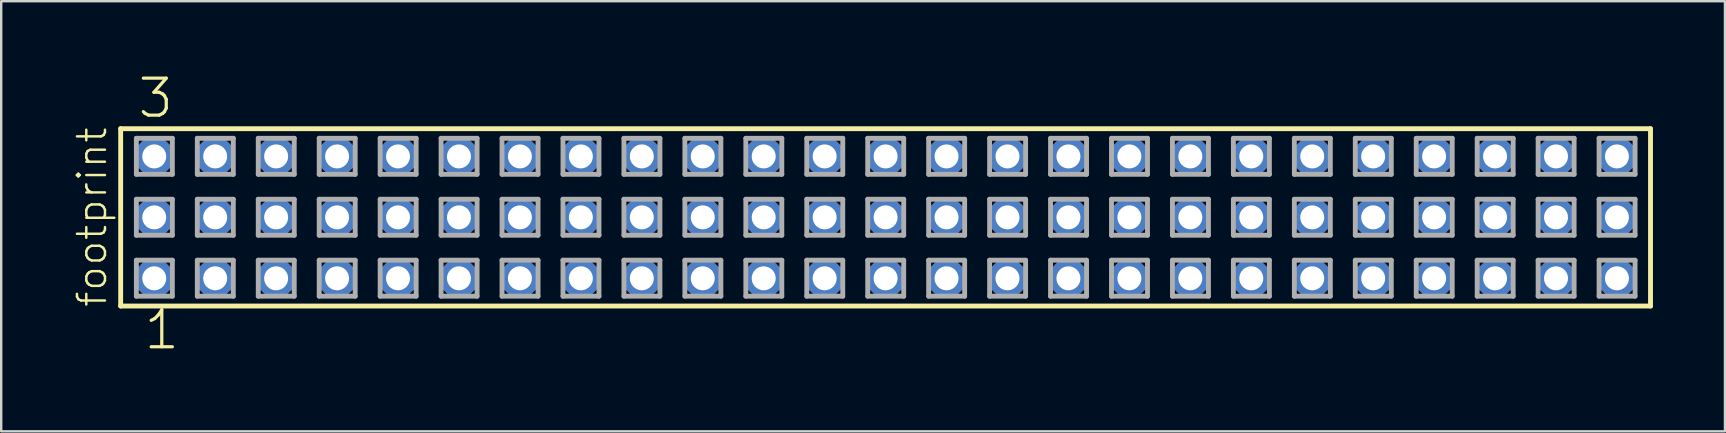
<source format=kicad_pcb>
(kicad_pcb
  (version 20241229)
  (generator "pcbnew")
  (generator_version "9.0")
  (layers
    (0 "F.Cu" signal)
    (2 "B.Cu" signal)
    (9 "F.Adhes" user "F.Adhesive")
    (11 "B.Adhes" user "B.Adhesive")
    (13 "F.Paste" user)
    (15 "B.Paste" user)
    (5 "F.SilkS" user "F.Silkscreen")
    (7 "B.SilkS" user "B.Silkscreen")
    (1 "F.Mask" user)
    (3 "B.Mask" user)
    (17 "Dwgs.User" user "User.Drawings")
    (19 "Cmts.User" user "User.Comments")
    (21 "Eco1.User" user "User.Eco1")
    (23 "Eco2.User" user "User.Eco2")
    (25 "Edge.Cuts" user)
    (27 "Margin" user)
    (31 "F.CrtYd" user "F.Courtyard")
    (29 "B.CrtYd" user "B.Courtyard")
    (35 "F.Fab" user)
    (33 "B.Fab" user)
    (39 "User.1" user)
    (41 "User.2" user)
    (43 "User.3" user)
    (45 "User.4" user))
  (footprint "footprint"
    (layer "F.Cu")
    (at 33.858 6.009)
    (property "Reference" "footprint" (at -32.385 3.81 90) (layer "F.SilkS") (effects (font (size 1.168 1.168) (thickness 0.102)) (justify left bottom)))
    (fp_line (start -31.879 -3.695) (end 31.879 -3.695) (stroke (width 0.203) (type solid)) (layer "F.SilkS"))
    (fp_line (start -31.879 3.695) (end -31.879 -3.695) (stroke (width 0.203) (type solid)) (layer "F.SilkS"))
    (fp_line (start 31.879 -3.695) (end 31.879 3.695) (stroke (width 0.203) (type solid)) (layer "F.SilkS"))
    (fp_line (start 31.879 3.695) (end -31.879 3.695) (stroke (width 0.203) (type solid)) (layer "F.SilkS"))
    (fp_line (start -31.225 -3.295) (end -29.725 -3.295) (stroke (width 0.203) (type solid)) (layer "F.Fab"))
    (fp_line (start -31.225 -1.795) (end -31.225 -3.295) (stroke (width 0.203) (type solid)) (layer "F.Fab"))
    (fp_line (start -31.225 -0.755) (end -29.725 -0.755) (stroke (width 0.203) (type solid)) (layer "F.Fab"))
    (fp_line (start -31.225 0.745) (end -31.225 -0.755) (stroke (width 0.203) (type solid)) (layer "F.Fab"))
    (fp_line (start -31.225 1.785) (end -29.725 1.785) (stroke (width 0.203) (type solid)) (layer "F.Fab"))
    (fp_line (start -31.225 3.285) (end -31.225 1.785) (stroke (width 0.203) (type solid)) (layer "F.Fab"))
    (fp_line (start -29.725 -3.295) (end -29.725 -1.795) (stroke (width 0.203) (type solid)) (layer "F.Fab"))
    (fp_line (start -29.725 -1.795) (end -31.225 -1.795) (stroke (width 0.203) (type solid)) (layer "F.Fab"))
    (fp_line (start -29.725 -0.755) (end -29.725 0.745) (stroke (width 0.203) (type solid)) (layer "F.Fab"))
    (fp_line (start -29.725 0.745) (end -31.225 0.745) (stroke (width 0.203) (type solid)) (layer "F.Fab"))
    (fp_line (start -29.725 1.785) (end -29.725 3.285) (stroke (width 0.203) (type solid)) (layer "F.Fab"))
    (fp_line (start -29.725 3.285) (end -31.225 3.285) (stroke (width 0.203) (type solid)) (layer "F.Fab"))
    (fp_line (start -28.685 -3.295) (end -27.185 -3.295) (stroke (width 0.203) (type solid)) (layer "F.Fab"))
    (fp_line (start -28.685 -1.795) (end -28.685 -3.295) (stroke (width 0.203) (type solid)) (layer "F.Fab"))
    (fp_line (start -28.685 -0.755) (end -27.185 -0.755) (stroke (width 0.203) (type solid)) (layer "F.Fab"))
    (fp_line (start -28.685 0.745) (end -28.685 -0.755) (stroke (width 0.203) (type solid)) (layer "F.Fab"))
    (fp_line (start -28.685 1.785) (end -27.185 1.785) (stroke (width 0.203) (type solid)) (layer "F.Fab"))
    (fp_line (start -28.685 3.285) (end -28.685 1.785) (stroke (width 0.203) (type solid)) (layer "F.Fab"))
    (fp_line (start -27.185 -3.295) (end -27.185 -1.795) (stroke (width 0.203) (type solid)) (layer "F.Fab"))
    (fp_line (start -27.185 -1.795) (end -28.685 -1.795) (stroke (width 0.203) (type solid)) (layer "F.Fab"))
    (fp_line (start -27.185 -0.755) (end -27.185 0.745) (stroke (width 0.203) (type solid)) (layer "F.Fab"))
    (fp_line (start -27.185 0.745) (end -28.685 0.745) (stroke (width 0.203) (type solid)) (layer "F.Fab"))
    (fp_line (start -27.185 1.785) (end -27.185 3.285) (stroke (width 0.203) (type solid)) (layer "F.Fab"))
    (fp_line (start -27.185 3.285) (end -28.685 3.285) (stroke (width 0.203) (type solid)) (layer "F.Fab"))
    (fp_line (start -26.145 -3.295) (end -24.645 -3.295) (stroke (width 0.203) (type solid)) (layer "F.Fab"))
    (fp_line (start -26.145 -1.795) (end -26.145 -3.295) (stroke (width 0.203) (type solid)) (layer "F.Fab"))
    (fp_line (start -26.145 -0.755) (end -24.645 -0.755) (stroke (width 0.203) (type solid)) (layer "F.Fab"))
    (fp_line (start -26.145 0.745) (end -26.145 -0.755) (stroke (width 0.203) (type solid)) (layer "F.Fab"))
    (fp_line (start -26.145 1.785) (end -24.645 1.785) (stroke (width 0.203) (type solid)) (layer "F.Fab"))
    (fp_line (start -26.145 3.285) (end -26.145 1.785) (stroke (width 0.203) (type solid)) (layer "F.Fab"))
    (fp_line (start -24.645 -3.295) (end -24.645 -1.795) (stroke (width 0.203) (type solid)) (layer "F.Fab"))
    (fp_line (start -24.645 -1.795) (end -26.145 -1.795) (stroke (width 0.203) (type solid)) (layer "F.Fab"))
    (fp_line (start -24.645 -0.755) (end -24.645 0.745) (stroke (width 0.203) (type solid)) (layer "F.Fab"))
    (fp_line (start -24.645 0.745) (end -26.145 0.745) (stroke (width 0.203) (type solid)) (layer "F.Fab"))
    (fp_line (start -24.645 1.785) (end -24.645 3.285) (stroke (width 0.203) (type solid)) (layer "F.Fab"))
    (fp_line (start -24.645 3.285) (end -26.145 3.285) (stroke (width 0.203) (type solid)) (layer "F.Fab"))
    (fp_line (start -23.605 -3.295) (end -22.105 -3.295) (stroke (width 0.203) (type solid)) (layer "F.Fab"))
    (fp_line (start -23.605 -1.795) (end -23.605 -3.295) (stroke (width 0.203) (type solid)) (layer "F.Fab"))
    (fp_line (start -23.605 -0.755) (end -22.105 -0.755) (stroke (width 0.203) (type solid)) (layer "F.Fab"))
    (fp_line (start -23.605 0.745) (end -23.605 -0.755) (stroke (width 0.203) (type solid)) (layer "F.Fab"))
    (fp_line (start -23.605 1.785) (end -22.105 1.785) (stroke (width 0.203) (type solid)) (layer "F.Fab"))
    (fp_line (start -23.605 3.285) (end -23.605 1.785) (stroke (width 0.203) (type solid)) (layer "F.Fab"))
    (fp_line (start -22.105 -3.295) (end -22.105 -1.795) (stroke (width 0.203) (type solid)) (layer "F.Fab"))
    (fp_line (start -22.105 -1.795) (end -23.605 -1.795) (stroke (width 0.203) (type solid)) (layer "F.Fab"))
    (fp_line (start -22.105 -0.755) (end -22.105 0.745) (stroke (width 0.203) (type solid)) (layer "F.Fab"))
    (fp_line (start -22.105 0.745) (end -23.605 0.745) (stroke (width 0.203) (type solid)) (layer "F.Fab"))
    (fp_line (start -22.105 1.785) (end -22.105 3.285) (stroke (width 0.203) (type solid)) (layer "F.Fab"))
    (fp_line (start -22.105 3.285) (end -23.605 3.285) (stroke (width 0.203) (type solid)) (layer "F.Fab"))
    (fp_line (start -21.065 -3.295) (end -19.565 -3.295) (stroke (width 0.203) (type solid)) (layer "F.Fab"))
    (fp_line (start -21.065 -1.795) (end -21.065 -3.295) (stroke (width 0.203) (type solid)) (layer "F.Fab"))
    (fp_line (start -21.065 -0.755) (end -19.565 -0.755) (stroke (width 0.203) (type solid)) (layer "F.Fab"))
    (fp_line (start -21.065 0.745) (end -21.065 -0.755) (stroke (width 0.203) (type solid)) (layer "F.Fab"))
    (fp_line (start -21.065 1.785) (end -19.565 1.785) (stroke (width 0.203) (type solid)) (layer "F.Fab"))
    (fp_line (start -21.065 3.285) (end -21.065 1.785) (stroke (width 0.203) (type solid)) (layer "F.Fab"))
    (fp_line (start -19.565 -3.295) (end -19.565 -1.795) (stroke (width 0.203) (type solid)) (layer "F.Fab"))
    (fp_line (start -19.565 -1.795) (end -21.065 -1.795) (stroke (width 0.203) (type solid)) (layer "F.Fab"))
    (fp_line (start -19.565 -0.755) (end -19.565 0.745) (stroke (width 0.203) (type solid)) (layer "F.Fab"))
    (fp_line (start -19.565 0.745) (end -21.065 0.745) (stroke (width 0.203) (type solid)) (layer "F.Fab"))
    (fp_line (start -19.565 1.785) (end -19.565 3.285) (stroke (width 0.203) (type solid)) (layer "F.Fab"))
    (fp_line (start -19.565 3.285) (end -21.065 3.285) (stroke (width 0.203) (type solid)) (layer "F.Fab"))
    (fp_line (start -18.525 -3.295) (end -17.025 -3.295) (stroke (width 0.203) (type solid)) (layer "F.Fab"))
    (fp_line (start -18.525 -1.795) (end -18.525 -3.295) (stroke (width 0.203) (type solid)) (layer "F.Fab"))
    (fp_line (start -18.525 -0.755) (end -17.025 -0.755) (stroke (width 0.203) (type solid)) (layer "F.Fab"))
    (fp_line (start -18.525 0.745) (end -18.525 -0.755) (stroke (width 0.203) (type solid)) (layer "F.Fab"))
    (fp_line (start -18.525 1.785) (end -17.025 1.785) (stroke (width 0.203) (type solid)) (layer "F.Fab"))
    (fp_line (start -18.525 3.285) (end -18.525 1.785) (stroke (width 0.203) (type solid)) (layer "F.Fab"))
    (fp_line (start -17.025 -3.295) (end -17.025 -1.795) (stroke (width 0.203) (type solid)) (layer "F.Fab"))
    (fp_line (start -17.025 -1.795) (end -18.525 -1.795) (stroke (width 0.203) (type solid)) (layer "F.Fab"))
    (fp_line (start -17.025 -0.755) (end -17.025 0.745) (stroke (width 0.203) (type solid)) (layer "F.Fab"))
    (fp_line (start -17.025 0.745) (end -18.525 0.745) (stroke (width 0.203) (type solid)) (layer "F.Fab"))
    (fp_line (start -17.025 1.785) (end -17.025 3.285) (stroke (width 0.203) (type solid)) (layer "F.Fab"))
    (fp_line (start -17.025 3.285) (end -18.525 3.285) (stroke (width 0.203) (type solid)) (layer "F.Fab"))
    (fp_line (start -15.985 -3.295) (end -14.485 -3.295) (stroke (width 0.203) (type solid)) (layer "F.Fab"))
    (fp_line (start -15.985 -1.795) (end -15.985 -3.295) (stroke (width 0.203) (type solid)) (layer "F.Fab"))
    (fp_line (start -15.985 -0.755) (end -14.485 -0.755) (stroke (width 0.203) (type solid)) (layer "F.Fab"))
    (fp_line (start -15.985 0.745) (end -15.985 -0.755) (stroke (width 0.203) (type solid)) (layer "F.Fab"))
    (fp_line (start -15.985 1.785) (end -14.485 1.785) (stroke (width 0.203) (type solid)) (layer "F.Fab"))
    (fp_line (start -15.985 3.285) (end -15.985 1.785) (stroke (width 0.203) (type solid)) (layer "F.Fab"))
    (fp_line (start -14.485 -3.295) (end -14.485 -1.795) (stroke (width 0.203) (type solid)) (layer "F.Fab"))
    (fp_line (start -14.485 -1.795) (end -15.985 -1.795) (stroke (width 0.203) (type solid)) (layer "F.Fab"))
    (fp_line (start -14.485 -0.755) (end -14.485 0.745) (stroke (width 0.203) (type solid)) (layer "F.Fab"))
    (fp_line (start -14.485 0.745) (end -15.985 0.745) (stroke (width 0.203) (type solid)) (layer "F.Fab"))
    (fp_line (start -14.485 1.785) (end -14.485 3.285) (stroke (width 0.203) (type solid)) (layer "F.Fab"))
    (fp_line (start -14.485 3.285) (end -15.985 3.285) (stroke (width 0.203) (type solid)) (layer "F.Fab"))
    (fp_line (start -13.445 -3.295) (end -11.945 -3.295) (stroke (width 0.203) (type solid)) (layer "F.Fab"))
    (fp_line (start -13.445 -1.795) (end -13.445 -3.295) (stroke (width 0.203) (type solid)) (layer "F.Fab"))
    (fp_line (start -13.445 -0.755) (end -11.945 -0.755) (stroke (width 0.203) (type solid)) (layer "F.Fab"))
    (fp_line (start -13.445 0.745) (end -13.445 -0.755) (stroke (width 0.203) (type solid)) (layer "F.Fab"))
    (fp_line (start -13.445 1.785) (end -11.945 1.785) (stroke (width 0.203) (type solid)) (layer "F.Fab"))
    (fp_line (start -13.445 3.285) (end -13.445 1.785) (stroke (width 0.203) (type solid)) (layer "F.Fab"))
    (fp_line (start -11.945 -3.295) (end -11.945 -1.795) (stroke (width 0.203) (type solid)) (layer "F.Fab"))
    (fp_line (start -11.945 -1.795) (end -13.445 -1.795) (stroke (width 0.203) (type solid)) (layer "F.Fab"))
    (fp_line (start -11.945 -0.755) (end -11.945 0.745) (stroke (width 0.203) (type solid)) (layer "F.Fab"))
    (fp_line (start -11.945 0.745) (end -13.445 0.745) (stroke (width 0.203) (type solid)) (layer "F.Fab"))
    (fp_line (start -11.945 1.785) (end -11.945 3.285) (stroke (width 0.203) (type solid)) (layer "F.Fab"))
    (fp_line (start -11.945 3.285) (end -13.445 3.285) (stroke (width 0.203) (type solid)) (layer "F.Fab"))
    (fp_line (start -10.905 -3.295) (end -9.405 -3.295) (stroke (width 0.203) (type solid)) (layer "F.Fab"))
    (fp_line (start -10.905 -1.795) (end -10.905 -3.295) (stroke (width 0.203) (type solid)) (layer "F.Fab"))
    (fp_line (start -10.905 -0.755) (end -9.405 -0.755) (stroke (width 0.203) (type solid)) (layer "F.Fab"))
    (fp_line (start -10.905 0.745) (end -10.905 -0.755) (stroke (width 0.203) (type solid)) (layer "F.Fab"))
    (fp_line (start -10.905 1.785) (end -9.405 1.785) (stroke (width 0.203) (type solid)) (layer "F.Fab"))
    (fp_line (start -10.905 3.285) (end -10.905 1.785) (stroke (width 0.203) (type solid)) (layer "F.Fab"))
    (fp_line (start -9.405 -3.295) (end -9.405 -1.795) (stroke (width 0.203) (type solid)) (layer "F.Fab"))
    (fp_line (start -9.405 -1.795) (end -10.905 -1.795) (stroke (width 0.203) (type solid)) (layer "F.Fab"))
    (fp_line (start -9.405 -0.755) (end -9.405 0.745) (stroke (width 0.203) (type solid)) (layer "F.Fab"))
    (fp_line (start -9.405 0.745) (end -10.905 0.745) (stroke (width 0.203) (type solid)) (layer "F.Fab"))
    (fp_line (start -9.405 1.785) (end -9.405 3.285) (stroke (width 0.203) (type solid)) (layer "F.Fab"))
    (fp_line (start -9.405 3.285) (end -10.905 3.285) (stroke (width 0.203) (type solid)) (layer "F.Fab"))
    (fp_line (start -8.365 -3.295) (end -6.865 -3.295) (stroke (width 0.203) (type solid)) (layer "F.Fab"))
    (fp_line (start -8.365 -1.795) (end -8.365 -3.295) (stroke (width 0.203) (type solid)) (layer "F.Fab"))
    (fp_line (start -8.365 -0.755) (end -6.865 -0.755) (stroke (width 0.203) (type solid)) (layer "F.Fab"))
    (fp_line (start -8.365 0.745) (end -8.365 -0.755) (stroke (width 0.203) (type solid)) (layer "F.Fab"))
    (fp_line (start -8.365 1.785) (end -6.865 1.785) (stroke (width 0.203) (type solid)) (layer "F.Fab"))
    (fp_line (start -8.365 3.285) (end -8.365 1.785) (stroke (width 0.203) (type solid)) (layer "F.Fab"))
    (fp_line (start -6.865 -3.295) (end -6.865 -1.795) (stroke (width 0.203) (type solid)) (layer "F.Fab"))
    (fp_line (start -6.865 -1.795) (end -8.365 -1.795) (stroke (width 0.203) (type solid)) (layer "F.Fab"))
    (fp_line (start -6.865 -0.755) (end -6.865 0.745) (stroke (width 0.203) (type solid)) (layer "F.Fab"))
    (fp_line (start -6.865 0.745) (end -8.365 0.745) (stroke (width 0.203) (type solid)) (layer "F.Fab"))
    (fp_line (start -6.865 1.785) (end -6.865 3.285) (stroke (width 0.203) (type solid)) (layer "F.Fab"))
    (fp_line (start -6.865 3.285) (end -8.365 3.285) (stroke (width 0.203) (type solid)) (layer "F.Fab"))
    (fp_line (start -5.825 -3.295) (end -4.325 -3.295) (stroke (width 0.203) (type solid)) (layer "F.Fab"))
    (fp_line (start -5.825 -1.795) (end -5.825 -3.295) (stroke (width 0.203) (type solid)) (layer "F.Fab"))
    (fp_line (start -5.825 -0.755) (end -4.325 -0.755) (stroke (width 0.203) (type solid)) (layer "F.Fab"))
    (fp_line (start -5.825 0.745) (end -5.825 -0.755) (stroke (width 0.203) (type solid)) (layer "F.Fab"))
    (fp_line (start -5.825 1.785) (end -4.325 1.785) (stroke (width 0.203) (type solid)) (layer "F.Fab"))
    (fp_line (start -5.825 3.285) (end -5.825 1.785) (stroke (width 0.203) (type solid)) (layer "F.Fab"))
    (fp_line (start -4.325 -3.295) (end -4.325 -1.795) (stroke (width 0.203) (type solid)) (layer "F.Fab"))
    (fp_line (start -4.325 -1.795) (end -5.825 -1.795) (stroke (width 0.203) (type solid)) (layer "F.Fab"))
    (fp_line (start -4.325 -0.755) (end -4.325 0.745) (stroke (width 0.203) (type solid)) (layer "F.Fab"))
    (fp_line (start -4.325 0.745) (end -5.825 0.745) (stroke (width 0.203) (type solid)) (layer "F.Fab"))
    (fp_line (start -4.325 1.785) (end -4.325 3.285) (stroke (width 0.203) (type solid)) (layer "F.Fab"))
    (fp_line (start -4.325 3.285) (end -5.825 3.285) (stroke (width 0.203) (type solid)) (layer "F.Fab"))
    (fp_line (start -3.285 -3.295) (end -1.785 -3.295) (stroke (width 0.203) (type solid)) (layer "F.Fab"))
    (fp_line (start -3.285 -1.795) (end -3.285 -3.295) (stroke (width 0.203) (type solid)) (layer "F.Fab"))
    (fp_line (start -3.285 -0.755) (end -1.785 -0.755) (stroke (width 0.203) (type solid)) (layer "F.Fab"))
    (fp_line (start -3.285 0.745) (end -3.285 -0.755) (stroke (width 0.203) (type solid)) (layer "F.Fab"))
    (fp_line (start -3.285 1.785) (end -1.785 1.785) (stroke (width 0.203) (type solid)) (layer "F.Fab"))
    (fp_line (start -3.285 3.285) (end -3.285 1.785) (stroke (width 0.203) (type solid)) (layer "F.Fab"))
    (fp_line (start -1.785 -3.295) (end -1.785 -1.795) (stroke (width 0.203) (type solid)) (layer "F.Fab"))
    (fp_line (start -1.785 -1.795) (end -3.285 -1.795) (stroke (width 0.203) (type solid)) (layer "F.Fab"))
    (fp_line (start -1.785 -0.755) (end -1.785 0.745) (stroke (width 0.203) (type solid)) (layer "F.Fab"))
    (fp_line (start -1.785 0.745) (end -3.285 0.745) (stroke (width 0.203) (type solid)) (layer "F.Fab"))
    (fp_line (start -1.785 1.785) (end -1.785 3.285) (stroke (width 0.203) (type solid)) (layer "F.Fab"))
    (fp_line (start -1.785 3.285) (end -3.285 3.285) (stroke (width 0.203) (type solid)) (layer "F.Fab"))
    (fp_line (start -0.745 -3.295) (end 0.755 -3.295) (stroke (width 0.203) (type solid)) (layer "F.Fab"))
    (fp_line (start -0.745 -1.795) (end -0.745 -3.295) (stroke (width 0.203) (type solid)) (layer "F.Fab"))
    (fp_line (start -0.745 -0.755) (end 0.755 -0.755) (stroke (width 0.203) (type solid)) (layer "F.Fab"))
    (fp_line (start -0.745 0.745) (end -0.745 -0.755) (stroke (width 0.203) (type solid)) (layer "F.Fab"))
    (fp_line (start -0.745 1.785) (end 0.755 1.785) (stroke (width 0.203) (type solid)) (layer "F.Fab"))
    (fp_line (start -0.745 3.285) (end -0.745 1.785) (stroke (width 0.203) (type solid)) (layer "F.Fab"))
    (fp_line (start 0.755 -3.295) (end 0.755 -1.795) (stroke (width 0.203) (type solid)) (layer "F.Fab"))
    (fp_line (start 0.755 -1.795) (end -0.745 -1.795) (stroke (width 0.203) (type solid)) (layer "F.Fab"))
    (fp_line (start 0.755 -0.755) (end 0.755 0.745) (stroke (width 0.203) (type solid)) (layer "F.Fab"))
    (fp_line (start 0.755 0.745) (end -0.745 0.745) (stroke (width 0.203) (type solid)) (layer "F.Fab"))
    (fp_line (start 0.755 1.785) (end 0.755 3.285) (stroke (width 0.203) (type solid)) (layer "F.Fab"))
    (fp_line (start 0.755 3.285) (end -0.745 3.285) (stroke (width 0.203) (type solid)) (layer "F.Fab"))
    (fp_line (start 1.795 -3.295) (end 3.295 -3.295) (stroke (width 0.203) (type solid)) (layer "F.Fab"))
    (fp_line (start 1.795 -1.795) (end 1.795 -3.295) (stroke (width 0.203) (type solid)) (layer "F.Fab"))
    (fp_line (start 1.795 -0.755) (end 3.295 -0.755) (stroke (width 0.203) (type solid)) (layer "F.Fab"))
    (fp_line (start 1.795 0.745) (end 1.795 -0.755) (stroke (width 0.203) (type solid)) (layer "F.Fab"))
    (fp_line (start 1.795 1.785) (end 3.295 1.785) (stroke (width 0.203) (type solid)) (layer "F.Fab"))
    (fp_line (start 1.795 3.285) (end 1.795 1.785) (stroke (width 0.203) (type solid)) (layer "F.Fab"))
    (fp_line (start 3.295 -3.295) (end 3.295 -1.795) (stroke (width 0.203) (type solid)) (layer "F.Fab"))
    (fp_line (start 3.295 -1.795) (end 1.795 -1.795) (stroke (width 0.203) (type solid)) (layer "F.Fab"))
    (fp_line (start 3.295 -0.755) (end 3.295 0.745) (stroke (width 0.203) (type solid)) (layer "F.Fab"))
    (fp_line (start 3.295 0.745) (end 1.795 0.745) (stroke (width 0.203) (type solid)) (layer "F.Fab"))
    (fp_line (start 3.295 1.785) (end 3.295 3.285) (stroke (width 0.203) (type solid)) (layer "F.Fab"))
    (fp_line (start 3.295 3.285) (end 1.795 3.285) (stroke (width 0.203) (type solid)) (layer "F.Fab"))
    (fp_line (start 4.335 -3.295) (end 5.835 -3.295) (stroke (width 0.203) (type solid)) (layer "F.Fab"))
    (fp_line (start 4.335 -1.795) (end 4.335 -3.295) (stroke (width 0.203) (type solid)) (layer "F.Fab"))
    (fp_line (start 4.335 -0.755) (end 5.835 -0.755) (stroke (width 0.203) (type solid)) (layer "F.Fab"))
    (fp_line (start 4.335 0.745) (end 4.335 -0.755) (stroke (width 0.203) (type solid)) (layer "F.Fab"))
    (fp_line (start 4.335 1.785) (end 5.835 1.785) (stroke (width 0.203) (type solid)) (layer "F.Fab"))
    (fp_line (start 4.335 3.285) (end 4.335 1.785) (stroke (width 0.203) (type solid)) (layer "F.Fab"))
    (fp_line (start 5.835 -3.295) (end 5.835 -1.795) (stroke (width 0.203) (type solid)) (layer "F.Fab"))
    (fp_line (start 5.835 -1.795) (end 4.335 -1.795) (stroke (width 0.203) (type solid)) (layer "F.Fab"))
    (fp_line (start 5.835 -0.755) (end 5.835 0.745) (stroke (width 0.203) (type solid)) (layer "F.Fab"))
    (fp_line (start 5.835 0.745) (end 4.335 0.745) (stroke (width 0.203) (type solid)) (layer "F.Fab"))
    (fp_line (start 5.835 1.785) (end 5.835 3.285) (stroke (width 0.203) (type solid)) (layer "F.Fab"))
    (fp_line (start 5.835 3.285) (end 4.335 3.285) (stroke (width 0.203) (type solid)) (layer "F.Fab"))
    (fp_line (start 6.875 -3.295) (end 8.375 -3.295) (stroke (width 0.203) (type solid)) (layer "F.Fab"))
    (fp_line (start 6.875 -1.795) (end 6.875 -3.295) (stroke (width 0.203) (type solid)) (layer "F.Fab"))
    (fp_line (start 6.875 -0.755) (end 8.375 -0.755) (stroke (width 0.203) (type solid)) (layer "F.Fab"))
    (fp_line (start 6.875 0.745) (end 6.875 -0.755) (stroke (width 0.203) (type solid)) (layer "F.Fab"))
    (fp_line (start 6.875 1.785) (end 8.375 1.785) (stroke (width 0.203) (type solid)) (layer "F.Fab"))
    (fp_line (start 6.875 3.285) (end 6.875 1.785) (stroke (width 0.203) (type solid)) (layer "F.Fab"))
    (fp_line (start 8.375 -3.295) (end 8.375 -1.795) (stroke (width 0.203) (type solid)) (layer "F.Fab"))
    (fp_line (start 8.375 -1.795) (end 6.875 -1.795) (stroke (width 0.203) (type solid)) (layer "F.Fab"))
    (fp_line (start 8.375 -0.755) (end 8.375 0.745) (stroke (width 0.203) (type solid)) (layer "F.Fab"))
    (fp_line (start 8.375 0.745) (end 6.875 0.745) (stroke (width 0.203) (type solid)) (layer "F.Fab"))
    (fp_line (start 8.375 1.785) (end 8.375 3.285) (stroke (width 0.203) (type solid)) (layer "F.Fab"))
    (fp_line (start 8.375 3.285) (end 6.875 3.285) (stroke (width 0.203) (type solid)) (layer "F.Fab"))
    (fp_line (start 9.415 -3.295) (end 10.915 -3.295) (stroke (width 0.203) (type solid)) (layer "F.Fab"))
    (fp_line (start 9.415 -1.795) (end 9.415 -3.295) (stroke (width 0.203) (type solid)) (layer "F.Fab"))
    (fp_line (start 9.415 -0.755) (end 10.915 -0.755) (stroke (width 0.203) (type solid)) (layer "F.Fab"))
    (fp_line (start 9.415 0.745) (end 9.415 -0.755) (stroke (width 0.203) (type solid)) (layer "F.Fab"))
    (fp_line (start 9.415 1.785) (end 10.915 1.785) (stroke (width 0.203) (type solid)) (layer "F.Fab"))
    (fp_line (start 9.415 3.285) (end 9.415 1.785) (stroke (width 0.203) (type solid)) (layer "F.Fab"))
    (fp_line (start 10.915 -3.295) (end 10.915 -1.795) (stroke (width 0.203) (type solid)) (layer "F.Fab"))
    (fp_line (start 10.915 -1.795) (end 9.415 -1.795) (stroke (width 0.203) (type solid)) (layer "F.Fab"))
    (fp_line (start 10.915 -0.755) (end 10.915 0.745) (stroke (width 0.203) (type solid)) (layer "F.Fab"))
    (fp_line (start 10.915 0.745) (end 9.415 0.745) (stroke (width 0.203) (type solid)) (layer "F.Fab"))
    (fp_line (start 10.915 1.785) (end 10.915 3.285) (stroke (width 0.203) (type solid)) (layer "F.Fab"))
    (fp_line (start 10.915 3.285) (end 9.415 3.285) (stroke (width 0.203) (type solid)) (layer "F.Fab"))
    (fp_line (start 11.955 -3.295) (end 13.455 -3.295) (stroke (width 0.203) (type solid)) (layer "F.Fab"))
    (fp_line (start 11.955 -1.795) (end 11.955 -3.295) (stroke (width 0.203) (type solid)) (layer "F.Fab"))
    (fp_line (start 11.955 -0.755) (end 13.455 -0.755) (stroke (width 0.203) (type solid)) (layer "F.Fab"))
    (fp_line (start 11.955 0.745) (end 11.955 -0.755) (stroke (width 0.203) (type solid)) (layer "F.Fab"))
    (fp_line (start 11.955 1.785) (end 13.455 1.785) (stroke (width 0.203) (type solid)) (layer "F.Fab"))
    (fp_line (start 11.955 3.285) (end 11.955 1.785) (stroke (width 0.203) (type solid)) (layer "F.Fab"))
    (fp_line (start 13.455 -3.295) (end 13.455 -1.795) (stroke (width 0.203) (type solid)) (layer "F.Fab"))
    (fp_line (start 13.455 -1.795) (end 11.955 -1.795) (stroke (width 0.203) (type solid)) (layer "F.Fab"))
    (fp_line (start 13.455 -0.755) (end 13.455 0.745) (stroke (width 0.203) (type solid)) (layer "F.Fab"))
    (fp_line (start 13.455 0.745) (end 11.955 0.745) (stroke (width 0.203) (type solid)) (layer "F.Fab"))
    (fp_line (start 13.455 1.785) (end 13.455 3.285) (stroke (width 0.203) (type solid)) (layer "F.Fab"))
    (fp_line (start 13.455 3.285) (end 11.955 3.285) (stroke (width 0.203) (type solid)) (layer "F.Fab"))
    (fp_line (start 14.495 -3.295) (end 15.995 -3.295) (stroke (width 0.203) (type solid)) (layer "F.Fab"))
    (fp_line (start 14.495 -1.795) (end 14.495 -3.295) (stroke (width 0.203) (type solid)) (layer "F.Fab"))
    (fp_line (start 14.495 -0.755) (end 15.995 -0.755) (stroke (width 0.203) (type solid)) (layer "F.Fab"))
    (fp_line (start 14.495 0.745) (end 14.495 -0.755) (stroke (width 0.203) (type solid)) (layer "F.Fab"))
    (fp_line (start 14.495 1.785) (end 15.995 1.785) (stroke (width 0.203) (type solid)) (layer "F.Fab"))
    (fp_line (start 14.495 3.285) (end 14.495 1.785) (stroke (width 0.203) (type solid)) (layer "F.Fab"))
    (fp_line (start 15.995 -3.295) (end 15.995 -1.795) (stroke (width 0.203) (type solid)) (layer "F.Fab"))
    (fp_line (start 15.995 -1.795) (end 14.495 -1.795) (stroke (width 0.203) (type solid)) (layer "F.Fab"))
    (fp_line (start 15.995 -0.755) (end 15.995 0.745) (stroke (width 0.203) (type solid)) (layer "F.Fab"))
    (fp_line (start 15.995 0.745) (end 14.495 0.745) (stroke (width 0.203) (type solid)) (layer "F.Fab"))
    (fp_line (start 15.995 1.785) (end 15.995 3.285) (stroke (width 0.203) (type solid)) (layer "F.Fab"))
    (fp_line (start 15.995 3.285) (end 14.495 3.285) (stroke (width 0.203) (type solid)) (layer "F.Fab"))
    (fp_line (start 17.035 -3.295) (end 18.535 -3.295) (stroke (width 0.203) (type solid)) (layer "F.Fab"))
    (fp_line (start 17.035 -1.795) (end 17.035 -3.295) (stroke (width 0.203) (type solid)) (layer "F.Fab"))
    (fp_line (start 17.035 -0.755) (end 18.535 -0.755) (stroke (width 0.203) (type solid)) (layer "F.Fab"))
    (fp_line (start 17.035 0.745) (end 17.035 -0.755) (stroke (width 0.203) (type solid)) (layer "F.Fab"))
    (fp_line (start 17.035 1.785) (end 18.535 1.785) (stroke (width 0.203) (type solid)) (layer "F.Fab"))
    (fp_line (start 17.035 3.285) (end 17.035 1.785) (stroke (width 0.203) (type solid)) (layer "F.Fab"))
    (fp_line (start 18.535 -3.295) (end 18.535 -1.795) (stroke (width 0.203) (type solid)) (layer "F.Fab"))
    (fp_line (start 18.535 -1.795) (end 17.035 -1.795) (stroke (width 0.203) (type solid)) (layer "F.Fab"))
    (fp_line (start 18.535 -0.755) (end 18.535 0.745) (stroke (width 0.203) (type solid)) (layer "F.Fab"))
    (fp_line (start 18.535 0.745) (end 17.035 0.745) (stroke (width 0.203) (type solid)) (layer "F.Fab"))
    (fp_line (start 18.535 1.785) (end 18.535 3.285) (stroke (width 0.203) (type solid)) (layer "F.Fab"))
    (fp_line (start 18.535 3.285) (end 17.035 3.285) (stroke (width 0.203) (type solid)) (layer "F.Fab"))
    (fp_line (start 19.575 -3.295) (end 21.075 -3.295) (stroke (width 0.203) (type solid)) (layer "F.Fab"))
    (fp_line (start 19.575 -1.795) (end 19.575 -3.295) (stroke (width 0.203) (type solid)) (layer "F.Fab"))
    (fp_line (start 19.575 -0.755) (end 21.075 -0.755) (stroke (width 0.203) (type solid)) (layer "F.Fab"))
    (fp_line (start 19.575 0.745) (end 19.575 -0.755) (stroke (width 0.203) (type solid)) (layer "F.Fab"))
    (fp_line (start 19.575 1.785) (end 21.075 1.785) (stroke (width 0.203) (type solid)) (layer "F.Fab"))
    (fp_line (start 19.575 3.285) (end 19.575 1.785) (stroke (width 0.203) (type solid)) (layer "F.Fab"))
    (fp_line (start 21.075 -3.295) (end 21.075 -1.795) (stroke (width 0.203) (type solid)) (layer "F.Fab"))
    (fp_line (start 21.075 -1.795) (end 19.575 -1.795) (stroke (width 0.203) (type solid)) (layer "F.Fab"))
    (fp_line (start 21.075 -0.755) (end 21.075 0.745) (stroke (width 0.203) (type solid)) (layer "F.Fab"))
    (fp_line (start 21.075 0.745) (end 19.575 0.745) (stroke (width 0.203) (type solid)) (layer "F.Fab"))
    (fp_line (start 21.075 1.785) (end 21.075 3.285) (stroke (width 0.203) (type solid)) (layer "F.Fab"))
    (fp_line (start 21.075 3.285) (end 19.575 3.285) (stroke (width 0.203) (type solid)) (layer "F.Fab"))
    (fp_line (start 22.115 -3.295) (end 23.615 -3.295) (stroke (width 0.203) (type solid)) (layer "F.Fab"))
    (fp_line (start 22.115 -1.795) (end 22.115 -3.295) (stroke (width 0.203) (type solid)) (layer "F.Fab"))
    (fp_line (start 22.115 -0.755) (end 23.615 -0.755) (stroke (width 0.203) (type solid)) (layer "F.Fab"))
    (fp_line (start 22.115 0.745) (end 22.115 -0.755) (stroke (width 0.203) (type solid)) (layer "F.Fab"))
    (fp_line (start 22.115 1.785) (end 23.615 1.785) (stroke (width 0.203) (type solid)) (layer "F.Fab"))
    (fp_line (start 22.115 3.285) (end 22.115 1.785) (stroke (width 0.203) (type solid)) (layer "F.Fab"))
    (fp_line (start 23.615 -3.295) (end 23.615 -1.795) (stroke (width 0.203) (type solid)) (layer "F.Fab"))
    (fp_line (start 23.615 -1.795) (end 22.115 -1.795) (stroke (width 0.203) (type solid)) (layer "F.Fab"))
    (fp_line (start 23.615 -0.755) (end 23.615 0.745) (stroke (width 0.203) (type solid)) (layer "F.Fab"))
    (fp_line (start 23.615 0.745) (end 22.115 0.745) (stroke (width 0.203) (type solid)) (layer "F.Fab"))
    (fp_line (start 23.615 1.785) (end 23.615 3.285) (stroke (width 0.203) (type solid)) (layer "F.Fab"))
    (fp_line (start 23.615 3.285) (end 22.115 3.285) (stroke (width 0.203) (type solid)) (layer "F.Fab"))
    (fp_line (start 24.655 -3.295) (end 26.155 -3.295) (stroke (width 0.203) (type solid)) (layer "F.Fab"))
    (fp_line (start 24.655 -1.795) (end 24.655 -3.295) (stroke (width 0.203) (type solid)) (layer "F.Fab"))
    (fp_line (start 24.655 -0.755) (end 26.155 -0.755) (stroke (width 0.203) (type solid)) (layer "F.Fab"))
    (fp_line (start 24.655 0.745) (end 24.655 -0.755) (stroke (width 0.203) (type solid)) (layer "F.Fab"))
    (fp_line (start 24.655 1.785) (end 26.155 1.785) (stroke (width 0.203) (type solid)) (layer "F.Fab"))
    (fp_line (start 24.655 3.285) (end 24.655 1.785) (stroke (width 0.203) (type solid)) (layer "F.Fab"))
    (fp_line (start 26.155 -3.295) (end 26.155 -1.795) (stroke (width 0.203) (type solid)) (layer "F.Fab"))
    (fp_line (start 26.155 -1.795) (end 24.655 -1.795) (stroke (width 0.203) (type solid)) (layer "F.Fab"))
    (fp_line (start 26.155 -0.755) (end 26.155 0.745) (stroke (width 0.203) (type solid)) (layer "F.Fab"))
    (fp_line (start 26.155 0.745) (end 24.655 0.745) (stroke (width 0.203) (type solid)) (layer "F.Fab"))
    (fp_line (start 26.155 1.785) (end 26.155 3.285) (stroke (width 0.203) (type solid)) (layer "F.Fab"))
    (fp_line (start 26.155 3.285) (end 24.655 3.285) (stroke (width 0.203) (type solid)) (layer "F.Fab"))
    (fp_line (start 27.195 -3.295) (end 28.695 -3.295) (stroke (width 0.203) (type solid)) (layer "F.Fab"))
    (fp_line (start 27.195 -1.795) (end 27.195 -3.295) (stroke (width 0.203) (type solid)) (layer "F.Fab"))
    (fp_line (start 27.195 -0.755) (end 28.695 -0.755) (stroke (width 0.203) (type solid)) (layer "F.Fab"))
    (fp_line (start 27.195 0.745) (end 27.195 -0.755) (stroke (width 0.203) (type solid)) (layer "F.Fab"))
    (fp_line (start 27.195 1.785) (end 28.695 1.785) (stroke (width 0.203) (type solid)) (layer "F.Fab"))
    (fp_line (start 27.195 3.285) (end 27.195 1.785) (stroke (width 0.203) (type solid)) (layer "F.Fab"))
    (fp_line (start 28.695 -3.295) (end 28.695 -1.795) (stroke (width 0.203) (type solid)) (layer "F.Fab"))
    (fp_line (start 28.695 -1.795) (end 27.195 -1.795) (stroke (width 0.203) (type solid)) (layer "F.Fab"))
    (fp_line (start 28.695 -0.755) (end 28.695 0.745) (stroke (width 0.203) (type solid)) (layer "F.Fab"))
    (fp_line (start 28.695 0.745) (end 27.195 0.745) (stroke (width 0.203) (type solid)) (layer "F.Fab"))
    (fp_line (start 28.695 1.785) (end 28.695 3.285) (stroke (width 0.203) (type solid)) (layer "F.Fab"))
    (fp_line (start 28.695 3.285) (end 27.195 3.285) (stroke (width 0.203) (type solid)) (layer "F.Fab"))
    (fp_line (start 29.735 -3.295) (end 31.235 -3.295) (stroke (width 0.203) (type solid)) (layer "F.Fab"))
    (fp_line (start 29.735 -1.795) (end 29.735 -3.295) (stroke (width 0.203) (type solid)) (layer "F.Fab"))
    (fp_line (start 29.735 -0.755) (end 31.235 -0.755) (stroke (width 0.203) (type solid)) (layer "F.Fab"))
    (fp_line (start 29.735 0.745) (end 29.735 -0.755) (stroke (width 0.203) (type solid)) (layer "F.Fab"))
    (fp_line (start 29.735 1.785) (end 31.235 1.785) (stroke (width 0.203) (type solid)) (layer "F.Fab"))
    (fp_line (start 29.735 3.285) (end 29.735 1.785) (stroke (width 0.203) (type solid)) (layer "F.Fab"))
    (fp_line (start 31.235 -3.295) (end 31.235 -1.795) (stroke (width 0.203) (type solid)) (layer "F.Fab"))
    (fp_line (start 31.235 -1.795) (end 29.735 -1.795) (stroke (width 0.203) (type solid)) (layer "F.Fab"))
    (fp_line (start 31.235 -0.755) (end 31.235 0.745) (stroke (width 0.203) (type solid)) (layer "F.Fab"))
    (fp_line (start 31.235 0.745) (end 29.735 0.745) (stroke (width 0.203) (type solid)) (layer "F.Fab"))
    (fp_line (start 31.235 1.785) (end 31.235 3.285) (stroke (width 0.203) (type solid)) (layer "F.Fab"))
    (fp_line (start 31.235 3.285) (end 29.735 3.285) (stroke (width 0.203) (type solid)) (layer "F.Fab"))
    (fp_text user "1" (at -30.988 5.588 0) (layer "F.SilkS") (effects (font (size 1.542 1.542) (thickness 0.134)) (justify left bottom)))
    (fp_text user "3" (at -31.242 -4.064 0) (layer "F.SilkS") (effects (font (size 1.542 1.542) (thickness 0.134)) (justify left bottom)))
    (pad "1" thru_hole roundrect (at -30.48 2.54) (size 1.5 1.5) (drill 1) (layers "*.Cu" "*.Mask") (roundrect_rratio 0.25) (chamfer_ratio 0.25) (chamfer top_left top_right bottom_left bottom_right))
    (pad "2" thru_hole roundrect (at -30.48 0) (size 1.5 1.5) (drill 1) (layers "*.Cu" "*.Mask") (roundrect_rratio 0.25) (chamfer_ratio 0.25) (chamfer top_left top_right bottom_left bottom_right))
    (pad "3" thru_hole roundrect (at -30.48 -2.54) (size 1.5 1.5) (drill 1) (layers "*.Cu" "*.Mask") (roundrect_rratio 0.25) (chamfer_ratio 0.25) (chamfer top_left top_right bottom_left bottom_right))
    (pad "4" thru_hole roundrect (at -27.94 2.54) (size 1.5 1.5) (drill 1) (layers "*.Cu" "*.Mask") (roundrect_rratio 0.25) (chamfer_ratio 0.25) (chamfer top_left top_right bottom_left bottom_right))
    (pad "5" thru_hole roundrect (at -27.94 0) (size 1.5 1.5) (drill 1) (layers "*.Cu" "*.Mask") (roundrect_rratio 0.25) (chamfer_ratio 0.25) (chamfer top_left top_right bottom_left bottom_right))
    (pad "6" thru_hole roundrect (at -27.94 -2.54) (size 1.5 1.5) (drill 1) (layers "*.Cu" "*.Mask") (roundrect_rratio 0.25) (chamfer_ratio 0.25) (chamfer top_left top_right bottom_left bottom_right))
    (pad "7" thru_hole roundrect (at -25.4 2.54) (size 1.5 1.5) (drill 1) (layers "*.Cu" "*.Mask") (roundrect_rratio 0.25) (chamfer_ratio 0.25) (chamfer top_left top_right bottom_left bottom_right))
    (pad "8" thru_hole roundrect (at -25.4 0) (size 1.5 1.5) (drill 1) (layers "*.Cu" "*.Mask") (roundrect_rratio 0.25) (chamfer_ratio 0.25) (chamfer top_left top_right bottom_left bottom_right))
    (pad "9" thru_hole roundrect (at -25.4 -2.54) (size 1.5 1.5) (drill 1) (layers "*.Cu" "*.Mask") (roundrect_rratio 0.25) (chamfer_ratio 0.25) (chamfer top_left top_right bottom_left bottom_right))
    (pad "10" thru_hole roundrect (at -22.86 2.54) (size 1.5 1.5) (drill 1) (layers "*.Cu" "*.Mask") (roundrect_rratio 0.25) (chamfer_ratio 0.25) (chamfer top_left top_right bottom_left bottom_right))
    (pad "11" thru_hole roundrect (at -22.86 0) (size 1.5 1.5) (drill 1) (layers "*.Cu" "*.Mask") (roundrect_rratio 0.25) (chamfer_ratio 0.25) (chamfer top_left top_right bottom_left bottom_right))
    (pad "12" thru_hole roundrect (at -22.86 -2.54) (size 1.5 1.5) (drill 1) (layers "*.Cu" "*.Mask") (roundrect_rratio 0.25) (chamfer_ratio 0.25) (chamfer top_left top_right bottom_left bottom_right))
    (pad "13" thru_hole roundrect (at -20.32 2.54) (size 1.5 1.5) (drill 1) (layers "*.Cu" "*.Mask") (roundrect_rratio 0.25) (chamfer_ratio 0.25) (chamfer top_left top_right bottom_left bottom_right))
    (pad "14" thru_hole roundrect (at -20.32 0) (size 1.5 1.5) (drill 1) (layers "*.Cu" "*.Mask") (roundrect_rratio 0.25) (chamfer_ratio 0.25) (chamfer top_left top_right bottom_left bottom_right))
    (pad "15" thru_hole roundrect (at -20.32 -2.54) (size 1.5 1.5) (drill 1) (layers "*.Cu" "*.Mask") (roundrect_rratio 0.25) (chamfer_ratio 0.25) (chamfer top_left top_right bottom_left bottom_right))
    (pad "16" thru_hole roundrect (at -17.78 2.54) (size 1.5 1.5) (drill 1) (layers "*.Cu" "*.Mask") (roundrect_rratio 0.25) (chamfer_ratio 0.25) (chamfer top_left top_right bottom_left bottom_right))
    (pad "17" thru_hole roundrect (at -17.78 0) (size 1.5 1.5) (drill 1) (layers "*.Cu" "*.Mask") (roundrect_rratio 0.25) (chamfer_ratio 0.25) (chamfer top_left top_right bottom_left bottom_right))
    (pad "18" thru_hole roundrect (at -17.78 -2.54) (size 1.5 1.5) (drill 1) (layers "*.Cu" "*.Mask") (roundrect_rratio 0.25) (chamfer_ratio 0.25) (chamfer top_left top_right bottom_left bottom_right))
    (pad "19" thru_hole roundrect (at -15.24 2.54) (size 1.5 1.5) (drill 1) (layers "*.Cu" "*.Mask") (roundrect_rratio 0.25) (chamfer_ratio 0.25) (chamfer top_left top_right bottom_left bottom_right))
    (pad "20" thru_hole roundrect (at -15.24 0) (size 1.5 1.5) (drill 1) (layers "*.Cu" "*.Mask") (roundrect_rratio 0.25) (chamfer_ratio 0.25) (chamfer top_left top_right bottom_left bottom_right))
    (pad "21" thru_hole roundrect (at -15.24 -2.54) (size 1.5 1.5) (drill 1) (layers "*.Cu" "*.Mask") (roundrect_rratio 0.25) (chamfer_ratio 0.25) (chamfer top_left top_right bottom_left bottom_right))
    (pad "22" thru_hole roundrect (at -12.7 2.54) (size 1.5 1.5) (drill 1) (layers "*.Cu" "*.Mask") (roundrect_rratio 0.25) (chamfer_ratio 0.25) (chamfer top_left top_right bottom_left bottom_right))
    (pad "23" thru_hole roundrect (at -12.7 0) (size 1.5 1.5) (drill 1) (layers "*.Cu" "*.Mask") (roundrect_rratio 0.25) (chamfer_ratio 0.25) (chamfer top_left top_right bottom_left bottom_right))
    (pad "24" thru_hole roundrect (at -12.7 -2.54) (size 1.5 1.5) (drill 1) (layers "*.Cu" "*.Mask") (roundrect_rratio 0.25) (chamfer_ratio 0.25) (chamfer top_left top_right bottom_left bottom_right))
    (pad "25" thru_hole roundrect (at -10.16 2.54) (size 1.5 1.5) (drill 1) (layers "*.Cu" "*.Mask") (roundrect_rratio 0.25) (chamfer_ratio 0.25) (chamfer top_left top_right bottom_left bottom_right))
    (pad "26" thru_hole roundrect (at -10.16 0) (size 1.5 1.5) (drill 1) (layers "*.Cu" "*.Mask") (roundrect_rratio 0.25) (chamfer_ratio 0.25) (chamfer top_left top_right bottom_left bottom_right))
    (pad "27" thru_hole roundrect (at -10.16 -2.54) (size 1.5 1.5) (drill 1) (layers "*.Cu" "*.Mask") (roundrect_rratio 0.25) (chamfer_ratio 0.25) (chamfer top_left top_right bottom_left bottom_right))
    (pad "28" thru_hole roundrect (at -7.62 2.54) (size 1.5 1.5) (drill 1) (layers "*.Cu" "*.Mask") (roundrect_rratio 0.25) (chamfer_ratio 0.25) (chamfer top_left top_right bottom_left bottom_right))
    (pad "29" thru_hole roundrect (at -7.62 0) (size 1.5 1.5) (drill 1) (layers "*.Cu" "*.Mask") (roundrect_rratio 0.25) (chamfer_ratio 0.25) (chamfer top_left top_right bottom_left bottom_right))
    (pad "30" thru_hole roundrect (at -7.62 -2.54) (size 1.5 1.5) (drill 1) (layers "*.Cu" "*.Mask") (roundrect_rratio 0.25) (chamfer_ratio 0.25) (chamfer top_left top_right bottom_left bottom_right))
    (pad "31" thru_hole roundrect (at -5.08 2.54) (size 1.5 1.5) (drill 1) (layers "*.Cu" "*.Mask") (roundrect_rratio 0.25) (chamfer_ratio 0.25) (chamfer top_left top_right bottom_left bottom_right))
    (pad "32" thru_hole roundrect (at -5.08 0) (size 1.5 1.5) (drill 1) (layers "*.Cu" "*.Mask") (roundrect_rratio 0.25) (chamfer_ratio 0.25) (chamfer top_left top_right bottom_left bottom_right))
    (pad "33" thru_hole roundrect (at -5.08 -2.54) (size 1.5 1.5) (drill 1) (layers "*.Cu" "*.Mask") (roundrect_rratio 0.25) (chamfer_ratio 0.25) (chamfer top_left top_right bottom_left bottom_right))
    (pad "34" thru_hole roundrect (at -2.54 2.54) (size 1.5 1.5) (drill 1) (layers "*.Cu" "*.Mask") (roundrect_rratio 0.25) (chamfer_ratio 0.25) (chamfer top_left top_right bottom_left bottom_right))
    (pad "35" thru_hole roundrect (at -2.54 0) (size 1.5 1.5) (drill 1) (layers "*.Cu" "*.Mask") (roundrect_rratio 0.25) (chamfer_ratio 0.25) (chamfer top_left top_right bottom_left bottom_right))
    (pad "36" thru_hole roundrect (at -2.54 -2.54) (size 1.5 1.5) (drill 1) (layers "*.Cu" "*.Mask") (roundrect_rratio 0.25) (chamfer_ratio 0.25) (chamfer top_left top_right bottom_left bottom_right))
    (pad "37" thru_hole roundrect (at 0 2.54) (size 1.5 1.5) (drill 1) (layers "*.Cu" "*.Mask") (roundrect_rratio 0.25) (chamfer_ratio 0.25) (chamfer top_left top_right bottom_left bottom_right))
    (pad "38" thru_hole roundrect (at 0 0) (size 1.5 1.5) (drill 1) (layers "*.Cu" "*.Mask") (roundrect_rratio 0.25) (chamfer_ratio 0.25) (chamfer top_left top_right bottom_left bottom_right))
    (pad "39" thru_hole roundrect (at 0 -2.54) (size 1.5 1.5) (drill 1) (layers "*.Cu" "*.Mask") (roundrect_rratio 0.25) (chamfer_ratio 0.25) (chamfer top_left top_right bottom_left bottom_right))
    (pad "40" thru_hole roundrect (at 2.54 2.54) (size 1.5 1.5) (drill 1) (layers "*.Cu" "*.Mask") (roundrect_rratio 0.25) (chamfer_ratio 0.25) (chamfer top_left top_right bottom_left bottom_right))
    (pad "41" thru_hole roundrect (at 2.54 0) (size 1.5 1.5) (drill 1) (layers "*.Cu" "*.Mask") (roundrect_rratio 0.25) (chamfer_ratio 0.25) (chamfer top_left top_right bottom_left bottom_right))
    (pad "42" thru_hole roundrect (at 2.54 -2.54) (size 1.5 1.5) (drill 1) (layers "*.Cu" "*.Mask") (roundrect_rratio 0.25) (chamfer_ratio 0.25) (chamfer top_left top_right bottom_left bottom_right))
    (pad "43" thru_hole roundrect (at 5.08 2.54) (size 1.5 1.5) (drill 1) (layers "*.Cu" "*.Mask") (roundrect_rratio 0.25) (chamfer_ratio 0.25) (chamfer top_left top_right bottom_left bottom_right))
    (pad "44" thru_hole roundrect (at 5.08 0) (size 1.5 1.5) (drill 1) (layers "*.Cu" "*.Mask") (roundrect_rratio 0.25) (chamfer_ratio 0.25) (chamfer top_left top_right bottom_left bottom_right))
    (pad "45" thru_hole roundrect (at 5.08 -2.54) (size 1.5 1.5) (drill 1) (layers "*.Cu" "*.Mask") (roundrect_rratio 0.25) (chamfer_ratio 0.25) (chamfer top_left top_right bottom_left bottom_right))
    (pad "46" thru_hole roundrect (at 7.62 2.54) (size 1.5 1.5) (drill 1) (layers "*.Cu" "*.Mask") (roundrect_rratio 0.25) (chamfer_ratio 0.25) (chamfer top_left top_right bottom_left bottom_right))
    (pad "47" thru_hole roundrect (at 7.62 0) (size 1.5 1.5) (drill 1) (layers "*.Cu" "*.Mask") (roundrect_rratio 0.25) (chamfer_ratio 0.25) (chamfer top_left top_right bottom_left bottom_right))
    (pad "48" thru_hole roundrect (at 7.62 -2.54) (size 1.5 1.5) (drill 1) (layers "*.Cu" "*.Mask") (roundrect_rratio 0.25) (chamfer_ratio 0.25) (chamfer top_left top_right bottom_left bottom_right))
    (pad "49" thru_hole roundrect (at 10.16 2.54) (size 1.5 1.5) (drill 1) (layers "*.Cu" "*.Mask") (roundrect_rratio 0.25) (chamfer_ratio 0.25) (chamfer top_left top_right bottom_left bottom_right))
    (pad "50" thru_hole roundrect (at 10.16 0) (size 1.5 1.5) (drill 1) (layers "*.Cu" "*.Mask") (roundrect_rratio 0.25) (chamfer_ratio 0.25) (chamfer top_left top_right bottom_left bottom_right))
    (pad "51" thru_hole roundrect (at 10.16 -2.54) (size 1.5 1.5) (drill 1) (layers "*.Cu" "*.Mask") (roundrect_rratio 0.25) (chamfer_ratio 0.25) (chamfer top_left top_right bottom_left bottom_right))
    (pad "52" thru_hole roundrect (at 12.7 2.54) (size 1.5 1.5) (drill 1) (layers "*.Cu" "*.Mask") (roundrect_rratio 0.25) (chamfer_ratio 0.25) (chamfer top_left top_right bottom_left bottom_right))
    (pad "53" thru_hole roundrect (at 12.7 0) (size 1.5 1.5) (drill 1) (layers "*.Cu" "*.Mask") (roundrect_rratio 0.25) (chamfer_ratio 0.25) (chamfer top_left top_right bottom_left bottom_right))
    (pad "54" thru_hole roundrect (at 12.7 -2.54) (size 1.5 1.5) (drill 1) (layers "*.Cu" "*.Mask") (roundrect_rratio 0.25) (chamfer_ratio 0.25) (chamfer top_left top_right bottom_left bottom_right))
    (pad "55" thru_hole roundrect (at 15.24 2.54) (size 1.5 1.5) (drill 1) (layers "*.Cu" "*.Mask") (roundrect_rratio 0.25) (chamfer_ratio 0.25) (chamfer top_left top_right bottom_left bottom_right))
    (pad "56" thru_hole roundrect (at 15.24 0) (size 1.5 1.5) (drill 1) (layers "*.Cu" "*.Mask") (roundrect_rratio 0.25) (chamfer_ratio 0.25) (chamfer top_left top_right bottom_left bottom_right))
    (pad "57" thru_hole roundrect (at 15.24 -2.54) (size 1.5 1.5) (drill 1) (layers "*.Cu" "*.Mask") (roundrect_rratio 0.25) (chamfer_ratio 0.25) (chamfer top_left top_right bottom_left bottom_right))
    (pad "58" thru_hole roundrect (at 17.78 2.54) (size 1.5 1.5) (drill 1) (layers "*.Cu" "*.Mask") (roundrect_rratio 0.25) (chamfer_ratio 0.25) (chamfer top_left top_right bottom_left bottom_right))
    (pad "59" thru_hole roundrect (at 17.78 0) (size 1.5 1.5) (drill 1) (layers "*.Cu" "*.Mask") (roundrect_rratio 0.25) (chamfer_ratio 0.25) (chamfer top_left top_right bottom_left bottom_right))
    (pad "60" thru_hole roundrect (at 17.78 -2.54) (size 1.5 1.5) (drill 1) (layers "*.Cu" "*.Mask") (roundrect_rratio 0.25) (chamfer_ratio 0.25) (chamfer top_left top_right bottom_left bottom_right))
    (pad "61" thru_hole roundrect (at 20.32 2.54) (size 1.5 1.5) (drill 1) (layers "*.Cu" "*.Mask") (roundrect_rratio 0.25) (chamfer_ratio 0.25) (chamfer top_left top_right bottom_left bottom_right))
    (pad "62" thru_hole roundrect (at 20.32 0) (size 1.5 1.5) (drill 1) (layers "*.Cu" "*.Mask") (roundrect_rratio 0.25) (chamfer_ratio 0.25) (chamfer top_left top_right bottom_left bottom_right))
    (pad "63" thru_hole roundrect (at 20.32 -2.54) (size 1.5 1.5) (drill 1) (layers "*.Cu" "*.Mask") (roundrect_rratio 0.25) (chamfer_ratio 0.25) (chamfer top_left top_right bottom_left bottom_right))
    (pad "64" thru_hole roundrect (at 22.86 2.54) (size 1.5 1.5) (drill 1) (layers "*.Cu" "*.Mask") (roundrect_rratio 0.25) (chamfer_ratio 0.25) (chamfer top_left top_right bottom_left bottom_right))
    (pad "65" thru_hole roundrect (at 22.86 0) (size 1.5 1.5) (drill 1) (layers "*.Cu" "*.Mask") (roundrect_rratio 0.25) (chamfer_ratio 0.25) (chamfer top_left top_right bottom_left bottom_right))
    (pad "66" thru_hole roundrect (at 22.86 -2.54) (size 1.5 1.5) (drill 1) (layers "*.Cu" "*.Mask") (roundrect_rratio 0.25) (chamfer_ratio 0.25) (chamfer top_left top_right bottom_left bottom_right))
    (pad "67" thru_hole roundrect (at 25.4 2.54) (size 1.5 1.5) (drill 1) (layers "*.Cu" "*.Mask") (roundrect_rratio 0.25) (chamfer_ratio 0.25) (chamfer top_left top_right bottom_left bottom_right))
    (pad "68" thru_hole roundrect (at 25.4 0) (size 1.5 1.5) (drill 1) (layers "*.Cu" "*.Mask") (roundrect_rratio 0.25) (chamfer_ratio 0.25) (chamfer top_left top_right bottom_left bottom_right))
    (pad "69" thru_hole roundrect (at 25.4 -2.54) (size 1.5 1.5) (drill 1) (layers "*.Cu" "*.Mask") (roundrect_rratio 0.25) (chamfer_ratio 0.25) (chamfer top_left top_right bottom_left bottom_right))
    (pad "70" thru_hole roundrect (at 27.94 2.54) (size 1.5 1.5) (drill 1) (layers "*.Cu" "*.Mask") (roundrect_rratio 0.25) (chamfer_ratio 0.25) (chamfer top_left top_right bottom_left bottom_right))
    (pad "71" thru_hole roundrect (at 27.94 0) (size 1.5 1.5) (drill 1) (layers "*.Cu" "*.Mask") (roundrect_rratio 0.25) (chamfer_ratio 0.25) (chamfer top_left top_right bottom_left bottom_right))
    (pad "72" thru_hole roundrect (at 27.94 -2.54) (size 1.5 1.5) (drill 1) (layers "*.Cu" "*.Mask") (roundrect_rratio 0.25) (chamfer_ratio 0.25) (chamfer top_left top_right bottom_left bottom_right))
    (pad "73" thru_hole roundrect (at 30.48 2.54) (size 1.5 1.5) (drill 1) (layers "*.Cu" "*.Mask") (roundrect_rratio 0.25) (chamfer_ratio 0.25) (chamfer top_left top_right bottom_left bottom_right))
    (pad "74" thru_hole roundrect (at 30.48 0) (size 1.5 1.5) (drill 1) (layers "*.Cu" "*.Mask") (roundrect_rratio 0.25) (chamfer_ratio 0.25) (chamfer top_left top_right bottom_left bottom_right))
    (pad "75" thru_hole roundrect (at 30.48 -2.54) (size 1.5 1.5) (drill 1) (layers "*.Cu" "*.Mask") (roundrect_rratio 0.25) (chamfer_ratio 0.25) (chamfer top_left top_right bottom_left bottom_right)))
  (gr_rect
    (start -3 -3)
    (end 68.839 14.927)
    (stroke (width 0.1) (type default))
    (fill no)
    (layer "Edge.Cuts")))
</source>
